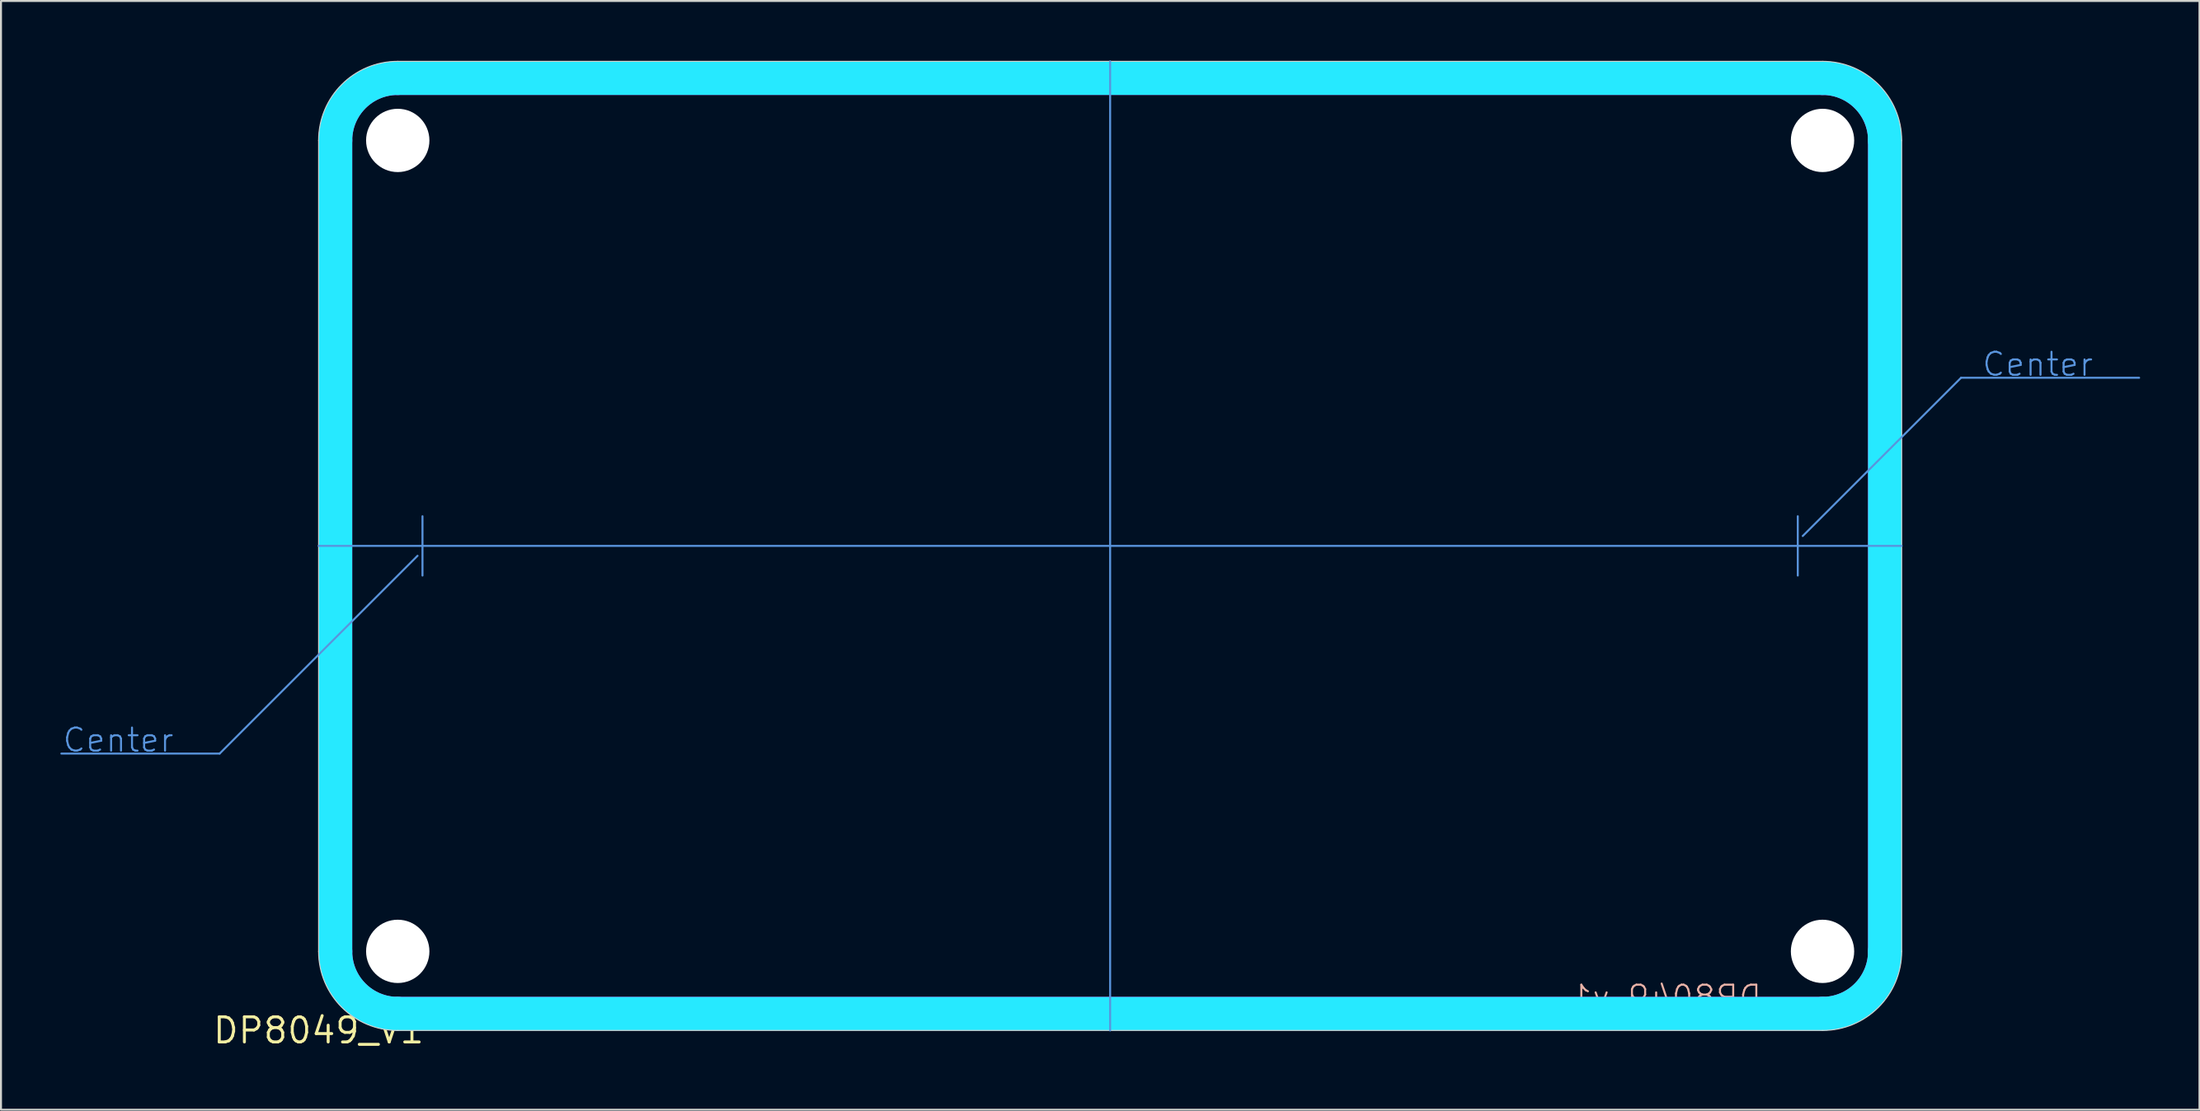
<source format=kicad_pcb>
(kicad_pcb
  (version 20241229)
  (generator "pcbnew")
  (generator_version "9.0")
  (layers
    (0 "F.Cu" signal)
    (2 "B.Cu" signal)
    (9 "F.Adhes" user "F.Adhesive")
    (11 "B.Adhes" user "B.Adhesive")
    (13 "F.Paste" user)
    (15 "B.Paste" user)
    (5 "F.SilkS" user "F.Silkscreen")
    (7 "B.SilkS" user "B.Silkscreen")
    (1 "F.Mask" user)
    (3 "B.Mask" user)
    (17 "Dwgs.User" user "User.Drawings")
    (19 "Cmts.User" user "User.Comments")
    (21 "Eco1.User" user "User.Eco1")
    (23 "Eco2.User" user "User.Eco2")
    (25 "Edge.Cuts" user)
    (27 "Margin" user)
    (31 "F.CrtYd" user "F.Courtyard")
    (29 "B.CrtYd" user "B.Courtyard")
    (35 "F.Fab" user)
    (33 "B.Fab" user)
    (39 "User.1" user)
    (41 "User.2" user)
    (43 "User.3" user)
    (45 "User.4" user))
  (footprint "DP8049_V1"
    (layer "F.Cu")
    (at 13.05 49.05)
    (property "Reference" "DP8049_V1" (at 0 0 0) (layer "F.SilkS") (effects (font (size 1.27 1.27) (thickness 0.15))))
    (fp_line (start -5 -14) (end -13 -14) (stroke (width 0.1) (type solid)) (layer "Cmts.User"))
    (fp_line (start 0 -24.5) (end 80 -24.5) (stroke (width 0.1) (type solid)) (layer "Cmts.User"))
    (fp_line (start 5 -24) (end -5 -14) (stroke (width 0.1) (type solid)) (layer "Cmts.User"))
    (fp_line (start 5.25 -26) (end 5.25 -23) (stroke (width 0.1) (type solid)) (layer "Cmts.User"))
    (fp_line (start 40 -49) (end 40 0) (stroke (width 0.1) (type solid)) (layer "Cmts.User"))
    (fp_line (start 74.75 -26) (end 74.75 -23) (stroke (width 0.1) (type solid)) (layer "Cmts.User"))
    (fp_line (start 75 -25) (end 83 -33) (stroke (width 0.1) (type solid)) (layer "Cmts.User"))
    (fp_line (start 83 -33) (end 92 -33) (stroke (width 0.1) (type solid)) (layer "Cmts.User"))
    (fp_line (start 0 -45) (end 0 -4) (stroke (width 0.05) (type solid)) (layer "Edge.Cuts"))
    (fp_line (start 4 0) (end 76 0) (stroke (width 0.05) (type solid)) (layer "Edge.Cuts"))
    (fp_line (start 76 -49) (end 4 -49) (stroke (width 0.05) (type solid)) (layer "Edge.Cuts"))
    (fp_line (start 80 -4) (end 80 -45) (stroke (width 0.05) (type solid)) (layer "Edge.Cuts"))
    (fp_arc (start 0 -45) (mid 1.171573 -47.828427) (end 4 -49) (stroke (width 0.05) (type solid)) (layer "Edge.Cuts"))
    (fp_arc (start 4 0) (mid 1.171573 -1.171573) (end 0 -4) (stroke (width 0.05) (type solid)) (layer "Edge.Cuts"))
    (fp_arc (start 76 -49) (mid 78.828427 -47.828427) (end 80 -45) (stroke (width 0.05) (type solid)) (layer "Edge.Cuts"))
    (fp_arc (start 80 -4) (mid 78.828427 -1.171573) (end 76 0) (stroke (width 0.05) (type solid)) (layer "Edge.Cuts"))
    (fp_line (start 0.85 -45) (end 0.85 -4) (stroke (width 1.7) (type solid)) (layer "B.CrtYd"))
    (fp_line (start 4 -48.15) (end 76 -48.15) (stroke (width 1.7) (type solid)) (layer "B.CrtYd"))
    (fp_line (start 76 -0.85) (end 4 -0.85) (stroke (width 1.7) (type solid)) (layer "B.CrtYd"))
    (fp_line (start 79.15 -4) (end 79.15 -45) (stroke (width 1.7) (type solid)) (layer "B.CrtYd"))
    (fp_arc (start 0.85 -45) (mid 1.772614 -47.227386) (end 4 -48.15) (stroke (width 1.7) (type solid)) (layer "B.CrtYd"))
    (fp_arc (start 4 -0.85) (mid 1.772614 -1.772614) (end 0.85 -4) (stroke (width 1.7) (type solid)) (layer "B.CrtYd"))
    (fp_arc (start 76 -48.15) (mid 78.227386 -47.227386) (end 79.15 -45) (stroke (width 1.7) (type solid)) (layer "B.CrtYd"))
    (fp_arc (start 79.15 -4) (mid 78.227386 -1.772614) (end 76 -0.85) (stroke (width 1.7) (type solid)) (layer "B.CrtYd"))
    (fp_line (start 0.85 -45) (end 0.85 -4) (stroke (width 1.7) (type solid)) (layer "F.CrtYd"))
    (fp_line (start 4 -48.15) (end 76 -48.15) (stroke (width 1.7) (type solid)) (layer "F.CrtYd"))
    (fp_line (start 76 -0.85) (end 4 -0.85) (stroke (width 1.7) (type solid)) (layer "F.CrtYd"))
    (fp_line (start 79.15 -4) (end 79.15 -45) (stroke (width 1.7) (type solid)) (layer "F.CrtYd"))
    (fp_arc (start 0.85 -45) (mid 1.772614 -47.227386) (end 4 -48.15) (stroke (width 1.7) (type solid)) (layer "F.CrtYd"))
    (fp_arc (start 4 -0.85) (mid 1.772614 -1.772614) (end 0.85 -4) (stroke (width 1.7) (type solid)) (layer "F.CrtYd"))
    (fp_arc (start 76 -48.15) (mid 78.227386 -47.227386) (end 79.15 -45) (stroke (width 1.7) (type solid)) (layer "F.CrtYd"))
    (fp_arc (start 79.15 -4) (mid 78.227386 -1.772614) (end 76 -0.85) (stroke (width 1.7) (type solid)) (layer "F.CrtYd"))
    (fp_text user "DP8049_v1" (at 73 -1 0) (layer "B.SilkS") (effects (font (size 1.168 1.168) (thickness 0.102)) (justify left bottom mirror)))
    (fp_text user "Center" (at -13 -14 0) (layer "Cmts.User") (effects (font (size 1.168 1.168) (thickness 0.102)) (justify left bottom)))
    (fp_text user "Center" (at 84 -33 0) (layer "Cmts.User") (effects (font (size 1.168 1.168) (thickness 0.102)) (justify left bottom)))
    (pad "" np_thru_hole circle (at 4 -45) (size 3.2 3.2) (drill 3.2) (layers "*.Cu" "*.Mask"))
    (pad "" np_thru_hole circle (at 4 -4) (size 3.2 3.2) (drill 3.2) (layers "*.Cu" "*.Mask"))
    (pad "" np_thru_hole circle (at 76 -45) (size 3.2 3.2) (drill 3.2) (layers "*.Cu" "*.Mask"))
    (pad "" np_thru_hole circle (at 76 -4) (size 3.2 3.2) (drill 3.2) (layers "*.Cu" "*.Mask"))
    (zone (net_name "") (layer "F.Cu") (hatch edge 0.5) (connect_pads) (min_thickness 0.25) (filled_areas_thickness no) (keepout (tracks not_allowed) (vias not_allowed) (pads not_allowed) (copperpour not_allowed) (footprints allowed)) (placement (enabled no)) (fill) (polygon (pts (xy 13.05 42.05) (xy 17.05 42.05) (xy 17.386 42.069) (xy 17.718 42.125) (xy 18.041 42.218) (xy 18.352 42.347) (xy 18.646 42.51) (xy 18.92 42.705) (xy 19.171 42.929) (xy 19.395 43.18) (xy 19.59 43.454) (xy 19.753 43.748) (xy 19.882 44.059) (xy 19.975 44.382) (xy 20.05 45.05) (xy 20.05 49.05) (xy 17.05 49.05) (xy 16.658 49.031) (xy 16.27 48.973) (xy 15.889 48.878) (xy 15.519 48.746) (xy 15.164 48.578) (xy 14.828 48.376) (xy 14.512 48.142) (xy 14.222 47.878) (xy 13.958 47.588) (xy 13.724 47.272) (xy 13.522 46.936) (xy 13.354 46.581) (xy 13.222 46.211) (xy 13.127 45.83) (xy 13.05 45.05))))
    (zone (net_name "") (layer "F.Cu") (hatch edge 0.5) (connect_pads) (min_thickness 0.25) (filled_areas_thickness no) (keepout (tracks not_allowed) (vias not_allowed) (pads not_allowed) (copperpour not_allowed) (footprints allowed)) (placement (enabled no)) (fill) (polygon (pts (xy 20.05 0.05) (xy 20.05 4.05) (xy 20.031 4.386) (xy 19.975 4.718) (xy 19.882 5.041) (xy 19.753 5.352) (xy 19.59 5.646) (xy 19.395 5.92) (xy 19.171 6.171) (xy 18.92 6.395) (xy 18.646 6.59) (xy 18.352 6.753) (xy 18.041 6.882) (xy 17.718 6.975) (xy 17.05 7.05) (xy 13.05 7.05) (xy 13.05 4.05) (xy 13.069 3.658) (xy 13.127 3.27) (xy 13.222 2.889) (xy 13.354 2.519) (xy 13.522 2.164) (xy 13.724 1.828) (xy 13.958 1.512) (xy 14.222 1.222) (xy 14.512 0.958) (xy 14.828 0.724) (xy 15.164 0.522) (xy 15.519 0.354) (xy 15.889 0.222) (xy 16.27 0.127) (xy 17.05 0.05))))
    (zone (net_name "") (layer "F.Cu") (hatch edge 0.5) (connect_pads) (min_thickness 0.25) (filled_areas_thickness no) (keepout (tracks not_allowed) (vias not_allowed) (pads not_allowed) (copperpour not_allowed) (footprints allowed)) (placement (enabled no)) (fill) (polygon (pts (xy 86.05 49.05) (xy 86.05 45.05) (xy 86.069 44.714) (xy 86.125 44.382) (xy 86.218 44.059) (xy 86.347 43.748) (xy 86.51 43.454) (xy 86.705 43.18) (xy 86.929 42.929) (xy 87.18 42.705) (xy 87.454 42.51) (xy 87.748 42.347) (xy 88.059 42.218) (xy 88.382 42.125) (xy 89.05 42.05) (xy 93.05 42.05) (xy 93.05 45.05) (xy 93.031 45.442) (xy 92.973 45.83) (xy 92.878 46.211) (xy 92.746 46.581) (xy 92.578 46.936) (xy 92.376 47.272) (xy 92.142 47.588) (xy 91.878 47.878) (xy 91.588 48.142) (xy 91.272 48.376) (xy 90.936 48.578) (xy 90.581 48.746) (xy 90.211 48.878) (xy 89.83 48.973) (xy 89.05 49.05))))
    (zone (net_name "") (layer "F.Cu") (hatch edge 0.5) (connect_pads) (min_thickness 0.25) (filled_areas_thickness no) (keepout (tracks not_allowed) (vias not_allowed) (pads not_allowed) (copperpour not_allowed) (footprints allowed)) (placement (enabled no)) (fill) (polygon (pts (xy 93.05 7.05) (xy 89.05 7.05) (xy 88.714 7.031) (xy 88.382 6.975) (xy 88.059 6.882) (xy 87.748 6.753) (xy 87.454 6.59) (xy 87.18 6.395) (xy 86.929 6.171) (xy 86.705 5.92) (xy 86.51 5.646) (xy 86.347 5.352) (xy 86.218 5.041) (xy 86.125 4.718) (xy 86.05 4.05) (xy 86.05 0.05) (xy 89.05 0.05) (xy 89.442 0.069) (xy 89.83 0.127) (xy 90.211 0.222) (xy 90.581 0.354) (xy 90.936 0.522) (xy 91.272 0.724) (xy 91.588 0.958) (xy 91.878 1.222) (xy 92.142 1.512) (xy 92.376 1.828) (xy 92.578 2.164) (xy 92.746 2.519) (xy 92.878 2.889) (xy 92.973 3.27) (xy 93.05 4.05))))
    (zone (net_name "") (layers "F.Cu" "B.Cu") (hatch edge 0.5) (connect_pads) (min_thickness 0.25) (filled_areas_thickness no) (keepout (tracks allowed) (vias not_allowed) (pads allowed) (copperpour allowed) (footprints allowed)) (placement (enabled no)) (fill) (polygon (pts (xy 13.05 42.05) (xy 17.05 42.05) (xy 17.386 42.069) (xy 17.718 42.125) (xy 18.041 42.218) (xy 18.352 42.347) (xy 18.646 42.51) (xy 18.92 42.705) (xy 19.171 42.929) (xy 19.395 43.18) (xy 19.59 43.454) (xy 19.753 43.748) (xy 19.882 44.059) (xy 19.975 44.382) (xy 20.05 45.05) (xy 20.05 49.05) (xy 17.05 49.05) (xy 16.658 49.031) (xy 16.27 48.973) (xy 15.889 48.878) (xy 15.519 48.746) (xy 15.164 48.578) (xy 14.828 48.376) (xy 14.512 48.142) (xy 14.222 47.878) (xy 13.958 47.588) (xy 13.724 47.272) (xy 13.522 46.936) (xy 13.354 46.581) (xy 13.222 46.211) (xy 13.127 45.83) (xy 13.05 45.05))))
    (zone (net_name "") (layers "F.Cu" "B.Cu") (hatch edge 0.5) (connect_pads) (min_thickness 0.25) (filled_areas_thickness no) (keepout (tracks allowed) (vias not_allowed) (pads allowed) (copperpour allowed) (footprints allowed)) (placement (enabled no)) (fill) (polygon (pts (xy 20.05 0.05) (xy 20.05 4.05) (xy 20.031 4.386) (xy 19.975 4.718) (xy 19.882 5.041) (xy 19.753 5.352) (xy 19.59 5.646) (xy 19.395 5.92) (xy 19.171 6.171) (xy 18.92 6.395) (xy 18.646 6.59) (xy 18.352 6.753) (xy 18.041 6.882) (xy 17.718 6.975) (xy 17.05 7.05) (xy 13.05 7.05) (xy 13.05 4.05) (xy 13.069 3.658) (xy 13.127 3.27) (xy 13.222 2.889) (xy 13.354 2.519) (xy 13.522 2.164) (xy 13.724 1.828) (xy 13.958 1.512) (xy 14.222 1.222) (xy 14.512 0.958) (xy 14.828 0.724) (xy 15.164 0.522) (xy 15.519 0.354) (xy 15.889 0.222) (xy 16.27 0.127) (xy 17.05 0.05))))
    (zone (net_name "") (layers "F.Cu" "B.Cu") (hatch edge 0.5) (connect_pads) (min_thickness 0.25) (filled_areas_thickness no) (keepout (tracks allowed) (vias not_allowed) (pads allowed) (copperpour allowed) (footprints allowed)) (placement (enabled no)) (fill) (polygon (pts (xy 86.05 49.05) (xy 86.05 45.05) (xy 86.069 44.714) (xy 86.125 44.382) (xy 86.218 44.059) (xy 86.347 43.748) (xy 86.51 43.454) (xy 86.705 43.18) (xy 86.929 42.929) (xy 87.18 42.705) (xy 87.454 42.51) (xy 87.748 42.347) (xy 88.059 42.218) (xy 88.382 42.125) (xy 89.05 42.05) (xy 93.05 42.05) (xy 93.05 45.05) (xy 93.031 45.442) (xy 92.973 45.83) (xy 92.878 46.211) (xy 92.746 46.581) (xy 92.578 46.936) (xy 92.376 47.272) (xy 92.142 47.588) (xy 91.878 47.878) (xy 91.588 48.142) (xy 91.272 48.376) (xy 90.936 48.578) (xy 90.581 48.746) (xy 90.211 48.878) (xy 89.83 48.973) (xy 89.05 49.05))))
    (zone (net_name "") (layers "F.Cu" "B.Cu") (hatch edge 0.5) (connect_pads) (min_thickness 0.25) (filled_areas_thickness no) (keepout (tracks allowed) (vias not_allowed) (pads allowed) (copperpour allowed) (footprints allowed)) (placement (enabled no)) (fill) (polygon (pts (xy 93.05 7.05) (xy 89.05 7.05) (xy 88.714 7.031) (xy 88.382 6.975) (xy 88.059 6.882) (xy 87.748 6.753) (xy 87.454 6.59) (xy 87.18 6.395) (xy 86.929 6.171) (xy 86.705 5.92) (xy 86.51 5.646) (xy 86.347 5.352) (xy 86.218 5.041) (xy 86.125 4.718) (xy 86.05 4.05) (xy 86.05 0.05) (xy 89.05 0.05) (xy 89.442 0.069) (xy 89.83 0.127) (xy 90.211 0.222) (xy 90.581 0.354) (xy 90.936 0.522) (xy 91.272 0.724) (xy 91.588 0.958) (xy 91.878 1.222) (xy 92.142 1.512) (xy 92.376 1.828) (xy 92.578 2.164) (xy 92.746 2.519) (xy 92.878 2.889) (xy 92.973 3.27) (xy 93.05 4.05))))
    (zone (net_name "") (layer "B.Cu") (hatch edge 0.5) (connect_pads) (min_thickness 0.25) (filled_areas_thickness no) (keepout (tracks not_allowed) (vias not_allowed) (pads not_allowed) (copperpour not_allowed) (footprints allowed)) (placement (enabled no)) (fill) (polygon (pts (xy 13.05 42.05) (xy 17.05 42.05) (xy 17.386 42.069) (xy 17.718 42.125) (xy 18.041 42.218) (xy 18.352 42.347) (xy 18.646 42.51) (xy 18.92 42.705) (xy 19.171 42.929) (xy 19.395 43.18) (xy 19.59 43.454) (xy 19.753 43.748) (xy 19.882 44.059) (xy 19.975 44.382) (xy 20.05 45.05) (xy 20.05 49.05) (xy 17.05 49.05) (xy 16.658 49.031) (xy 16.27 48.973) (xy 15.889 48.878) (xy 15.519 48.746) (xy 15.164 48.578) (xy 14.828 48.376) (xy 14.512 48.142) (xy 14.222 47.878) (xy 13.958 47.588) (xy 13.724 47.272) (xy 13.522 46.936) (xy 13.354 46.581) (xy 13.222 46.211) (xy 13.127 45.83) (xy 13.05 45.05))))
    (zone (net_name "") (layer "B.Cu") (hatch edge 0.5) (connect_pads) (min_thickness 0.25) (filled_areas_thickness no) (keepout (tracks not_allowed) (vias not_allowed) (pads not_allowed) (copperpour not_allowed) (footprints allowed)) (placement (enabled no)) (fill) (polygon (pts (xy 20.05 0.05) (xy 20.05 4.05) (xy 20.031 4.386) (xy 19.975 4.718) (xy 19.882 5.041) (xy 19.753 5.352) (xy 19.59 5.646) (xy 19.395 5.92) (xy 19.171 6.171) (xy 18.92 6.395) (xy 18.646 6.59) (xy 18.352 6.753) (xy 18.041 6.882) (xy 17.718 6.975) (xy 17.05 7.05) (xy 13.05 7.05) (xy 13.05 4.05) (xy 13.069 3.658) (xy 13.127 3.27) (xy 13.222 2.889) (xy 13.354 2.519) (xy 13.522 2.164) (xy 13.724 1.828) (xy 13.958 1.512) (xy 14.222 1.222) (xy 14.512 0.958) (xy 14.828 0.724) (xy 15.164 0.522) (xy 15.519 0.354) (xy 15.889 0.222) (xy 16.27 0.127) (xy 17.05 0.05))))
    (zone (net_name "") (layer "B.Cu") (hatch edge 0.5) (connect_pads) (min_thickness 0.25) (filled_areas_thickness no) (keepout (tracks not_allowed) (vias not_allowed) (pads not_allowed) (copperpour not_allowed) (footprints allowed)) (placement (enabled no)) (fill) (polygon (pts (xy 86.05 49.05) (xy 86.05 45.05) (xy 86.069 44.714) (xy 86.125 44.382) (xy 86.218 44.059) (xy 86.347 43.748) (xy 86.51 43.454) (xy 86.705 43.18) (xy 86.929 42.929) (xy 87.18 42.705) (xy 87.454 42.51) (xy 87.748 42.347) (xy 88.059 42.218) (xy 88.382 42.125) (xy 89.05 42.05) (xy 93.05 42.05) (xy 93.05 45.05) (xy 93.031 45.442) (xy 92.973 45.83) (xy 92.878 46.211) (xy 92.746 46.581) (xy 92.578 46.936) (xy 92.376 47.272) (xy 92.142 47.588) (xy 91.878 47.878) (xy 91.588 48.142) (xy 91.272 48.376) (xy 90.936 48.578) (xy 90.581 48.746) (xy 90.211 48.878) (xy 89.83 48.973) (xy 89.05 49.05))))
    (zone (net_name "") (layer "B.Cu") (hatch edge 0.5) (connect_pads) (min_thickness 0.25) (filled_areas_thickness no) (keepout (tracks not_allowed) (vias not_allowed) (pads not_allowed) (copperpour not_allowed) (footprints allowed)) (placement (enabled no)) (fill) (polygon (pts (xy 93.05 7.05) (xy 89.05 7.05) (xy 88.714 7.031) (xy 88.382 6.975) (xy 88.059 6.882) (xy 87.748 6.753) (xy 87.454 6.59) (xy 87.18 6.395) (xy 86.929 6.171) (xy 86.705 5.92) (xy 86.51 5.646) (xy 86.347 5.352) (xy 86.218 5.041) (xy 86.125 4.718) (xy 86.05 4.05) (xy 86.05 0.05) (xy 89.05 0.05) (xy 89.442 0.069) (xy 89.83 0.127) (xy 90.211 0.222) (xy 90.581 0.354) (xy 90.936 0.522) (xy 91.272 0.724) (xy 91.588 0.958) (xy 91.878 1.222) (xy 92.142 1.512) (xy 92.376 1.828) (xy 92.578 2.164) (xy 92.746 2.519) (xy 92.878 2.889) (xy 92.973 3.27) (xy 93.05 4.05)))))
  (gr_rect
    (start -3 -3)
    (end 108.1 53.056)
    (stroke (width 0.1) (type default))
    (fill no)
    (layer "Edge.Cuts")))
</source>
